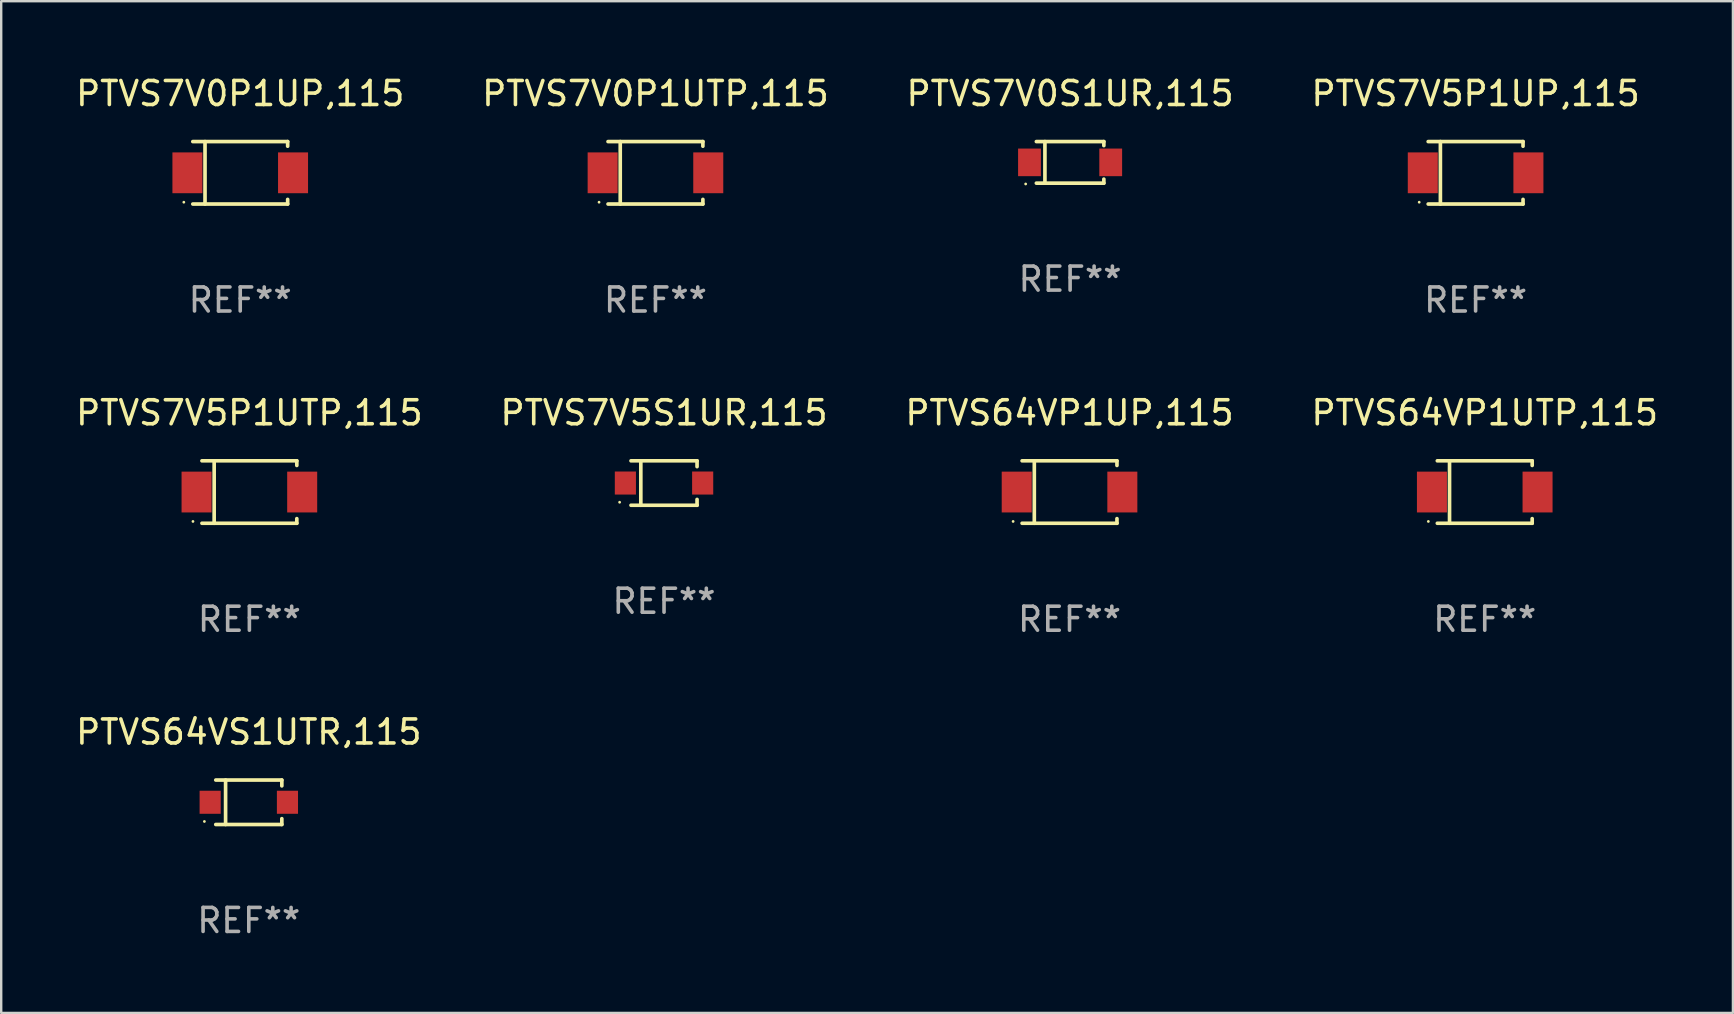
<source format=kicad_pcb>
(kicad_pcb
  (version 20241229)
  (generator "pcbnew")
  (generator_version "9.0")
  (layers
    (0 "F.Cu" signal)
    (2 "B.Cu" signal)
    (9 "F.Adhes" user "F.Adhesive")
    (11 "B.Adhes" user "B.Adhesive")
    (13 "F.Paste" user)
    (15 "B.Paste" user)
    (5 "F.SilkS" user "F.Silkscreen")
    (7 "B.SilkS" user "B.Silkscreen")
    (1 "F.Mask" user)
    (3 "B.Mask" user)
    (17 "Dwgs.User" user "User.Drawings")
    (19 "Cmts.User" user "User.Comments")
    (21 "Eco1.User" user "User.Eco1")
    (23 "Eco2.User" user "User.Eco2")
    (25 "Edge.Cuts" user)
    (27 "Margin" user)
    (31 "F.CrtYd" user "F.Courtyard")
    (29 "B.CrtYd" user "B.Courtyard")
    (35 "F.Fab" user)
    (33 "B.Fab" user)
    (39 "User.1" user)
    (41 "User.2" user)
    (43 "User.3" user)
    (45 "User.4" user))
  (footprint "PTVS7V0S1UR,115"
    (layer "F.Cu")
    (at 41.53 3.714)
    (property "Reference" "PTVS7V0S1UR,115" (at 0 -2.866 0) (layer "F.SilkS") (effects (font (size 1 1) (thickness 0.15))))
    (attr through_hole)
    (fp_line (start -1.406 -0.866) (end 1.406 -0.866) (stroke (width 0.152) (type solid)) (layer "F.SilkS"))
    (fp_line (start -1.406 0.866) (end 1.406 0.866) (stroke (width 0.152) (type solid)) (layer "F.SilkS"))
    (fp_line (start -1.049 -0.866) (end -1.049 0.866) (stroke (width 0.152) (type solid)) (layer "F.SilkS"))
    (fp_line (start 1.406 -0.866) (end 1.406 -0.698) (stroke (width 0.152) (type solid)) (layer "F.SilkS"))
    (fp_line (start 1.406 0.866) (end 1.406 0.698) (stroke (width 0.152) (type solid)) (layer "F.SilkS"))
    (fp_circle (center -1.851 0.9) (end -1.821 0.9) (stroke (width 0.06) (type solid)) (fill no) (layer "F.SilkS"))
    (fp_text user "REF**" (at 0 4.866 0) (layer "F.Fab") (effects (font (size 1 1) (thickness 0.15))))
    (pad "1" smd rect (at -1.692 0) (size 0.95 1.15) (layers "F.Cu" "F.Mask" "F.Paste"))
    (pad "2" smd rect (at 1.692 0) (size 0.95 1.15) (layers "F.Cu" "F.Mask" "F.Paste")))
  (footprint "PTVS7V5P1UP,115"
    (layer "F.Cu")
    (at 58.423 4.149)
    (property "Reference" "PTVS7V5P1UP,115" (at 0 -3.301 0) (layer "F.SilkS") (effects (font (size 1 1) (thickness 0.15))))
    (attr through_hole)
    (fp_line (start -1.976 -1.301) (end 1.976 -1.301) (stroke (width 0.152) (type solid)) (layer "F.SilkS"))
    (fp_line (start -1.976 1.301) (end 1.976 1.301) (stroke (width 0.152) (type solid)) (layer "F.SilkS"))
    (fp_line (start -1.467 -1.301) (end -1.467 1.301) (stroke (width 0.152) (type solid)) (layer "F.SilkS"))
    (fp_line (start 1.976 -1.301) (end 1.976 -1.108) (stroke (width 0.152) (type solid)) (layer "F.SilkS"))
    (fp_line (start 1.976 1.301) (end 1.976 1.108) (stroke (width 0.152) (type solid)) (layer "F.SilkS"))
    (fp_circle (center -2.35 1.225) (end -2.32 1.225) (stroke (width 0.06) (type solid)) (fill no) (layer "F.SilkS"))
    (fp_text user "REF**" (at 0 5.301 0) (layer "F.Fab") (effects (font (size 1 1) (thickness 0.15))))
    (pad "1" smd rect (at -2.2 0 180) (size 1.25 1.7) (layers "F.Cu" "F.Mask" "F.Paste"))
    (pad "2" smd rect (at 2.2 0 180) (size 1.25 1.7) (layers "F.Cu" "F.Mask" "F.Paste")))
  (footprint "PTVS64VP1UTP,115"
    (layer "F.Cu")
    (at 58.804 17.448)
    (property "Reference" "PTVS64VP1UTP,115" (at 0 -3.301 0) (layer "F.SilkS") (effects (font (size 1 1) (thickness 0.15))))
    (attr through_hole)
    (fp_line (start -1.976 -1.301) (end 1.976 -1.301) (stroke (width 0.152) (type solid)) (layer "F.SilkS"))
    (fp_line (start -1.976 1.301) (end 1.976 1.301) (stroke (width 0.152) (type solid)) (layer "F.SilkS"))
    (fp_line (start -1.467 -1.301) (end -1.467 1.301) (stroke (width 0.152) (type solid)) (layer "F.SilkS"))
    (fp_line (start 1.976 -1.301) (end 1.976 -1.108) (stroke (width 0.152) (type solid)) (layer "F.SilkS"))
    (fp_line (start 1.976 1.301) (end 1.976 1.108) (stroke (width 0.152) (type solid)) (layer "F.SilkS"))
    (fp_circle (center -2.35 1.225) (end -2.32 1.225) (stroke (width 0.06) (type solid)) (fill no) (layer "F.SilkS"))
    (fp_text user "REF**" (at 0 5.301 0) (layer "F.Fab") (effects (font (size 1 1) (thickness 0.15))))
    (pad "1" smd rect (at -2.2 0 180) (size 1.25 1.7) (layers "F.Cu" "F.Mask" "F.Paste"))
    (pad "2" smd rect (at 2.2 0 180) (size 1.25 1.7) (layers "F.Cu" "F.Mask" "F.Paste")))
  (footprint "PTVS7V0P1UTP,115"
    (layer "F.Cu")
    (at 24.256 4.149)
    (property "Reference" "PTVS7V0P1UTP,115" (at 0 -3.301 0) (layer "F.SilkS") (effects (font (size 1 1) (thickness 0.15))))
    (attr through_hole)
    (fp_line (start -1.976 -1.301) (end 1.976 -1.301) (stroke (width 0.152) (type solid)) (layer "F.SilkS"))
    (fp_line (start -1.976 1.301) (end 1.976 1.301) (stroke (width 0.152) (type solid)) (layer "F.SilkS"))
    (fp_line (start -1.467 -1.301) (end -1.467 1.301) (stroke (width 0.152) (type solid)) (layer "F.SilkS"))
    (fp_line (start 1.976 -1.301) (end 1.976 -1.108) (stroke (width 0.152) (type solid)) (layer "F.SilkS"))
    (fp_line (start 1.976 1.301) (end 1.976 1.108) (stroke (width 0.152) (type solid)) (layer "F.SilkS"))
    (fp_circle (center -2.35 1.225) (end -2.32 1.225) (stroke (width 0.06) (type solid)) (fill no) (layer "F.SilkS"))
    (fp_text user "REF**" (at 0 5.301 0) (layer "F.Fab") (effects (font (size 1 1) (thickness 0.15))))
    (pad "1" smd rect (at -2.2 0 180) (size 1.25 1.7) (layers "F.Cu" "F.Mask" "F.Paste"))
    (pad "2" smd rect (at 2.2 0 180) (size 1.25 1.7) (layers "F.Cu" "F.Mask" "F.Paste")))
  (footprint "PTVS7V5P1UTP,115"
    (layer "F.Cu")
    (at 7.339 17.448)
    (property "Reference" "PTVS7V5P1UTP,115" (at 0 -3.301 0) (layer "F.SilkS") (effects (font (size 1 1) (thickness 0.15))))
    (attr through_hole)
    (fp_line (start -1.976 -1.301) (end 1.976 -1.301) (stroke (width 0.152) (type solid)) (layer "F.SilkS"))
    (fp_line (start -1.976 1.301) (end 1.976 1.301) (stroke (width 0.152) (type solid)) (layer "F.SilkS"))
    (fp_line (start -1.467 -1.301) (end -1.467 1.301) (stroke (width 0.152) (type solid)) (layer "F.SilkS"))
    (fp_line (start 1.976 -1.301) (end 1.976 -1.108) (stroke (width 0.152) (type solid)) (layer "F.SilkS"))
    (fp_line (start 1.976 1.301) (end 1.976 1.108) (stroke (width 0.152) (type solid)) (layer "F.SilkS"))
    (fp_circle (center -2.35 1.225) (end -2.32 1.225) (stroke (width 0.06) (type solid)) (fill no) (layer "F.SilkS"))
    (fp_text user "REF**" (at 0 5.301 0) (layer "F.Fab") (effects (font (size 1 1) (thickness 0.15))))
    (pad "1" smd rect (at -2.2 0 180) (size 1.25 1.7) (layers "F.Cu" "F.Mask" "F.Paste"))
    (pad "2" smd rect (at 2.2 0 180) (size 1.25 1.7) (layers "F.Cu" "F.Mask" "F.Paste")))
  (footprint "PTVS64VS1UTR,115"
    (layer "F.Cu")
    (at 7.315 30.372)
    (property "Reference" "PTVS64VS1UTR,115" (at 0 -2.926 0) (layer "F.SilkS") (effects (font (size 1 1) (thickness 0.15))))
    (attr through_hole)
    (fp_line (start -1.376 -0.926) (end 1.376 -0.926) (stroke (width 0.152) (type solid)) (layer "F.SilkS"))
    (fp_line (start -1.376 0.926) (end 1.376 0.926) (stroke (width 0.152) (type solid)) (layer "F.SilkS"))
    (fp_line (start -0.967 -0.926) (end -0.967 0.926) (stroke (width 0.152) (type solid)) (layer "F.SilkS"))
    (fp_line (start 1.376 -0.926) (end 1.376 -0.683) (stroke (width 0.152) (type solid)) (layer "F.SilkS"))
    (fp_line (start 1.376 0.926) (end 1.376 0.683) (stroke (width 0.152) (type solid)) (layer "F.SilkS"))
    (fp_circle (center -1.85 0.8) (end -1.82 0.8) (stroke (width 0.06) (type solid)) (fill no) (layer "F.SilkS"))
    (fp_text user "REF**" (at 0 4.926 0) (layer "F.Fab") (effects (font (size 1 1) (thickness 0.15))))
    (pad "1" smd rect (at -1.61 0) (size 0.88 0.96) (layers "F.Cu" "F.Mask" "F.Paste"))
    (pad "2" smd rect (at 1.61 0) (size 0.88 0.96) (layers "F.Cu" "F.Mask" "F.Paste")))
  (footprint "PTVS7V5S1UR,115"
    (layer "F.Cu")
    (at 24.613 17.073)
    (property "Reference" "PTVS7V5S1UR,115" (at 0 -2.926 0) (layer "F.SilkS") (effects (font (size 1 1) (thickness 0.15))))
    (attr through_hole)
    (fp_line (start -1.376 -0.926) (end 1.376 -0.926) (stroke (width 0.152) (type solid)) (layer "F.SilkS"))
    (fp_line (start -1.376 0.926) (end 1.376 0.926) (stroke (width 0.152) (type solid)) (layer "F.SilkS"))
    (fp_line (start -0.967 -0.926) (end -0.967 0.926) (stroke (width 0.152) (type solid)) (layer "F.SilkS"))
    (fp_line (start 1.376 -0.926) (end 1.376 -0.683) (stroke (width 0.152) (type solid)) (layer "F.SilkS"))
    (fp_line (start 1.376 0.926) (end 1.376 0.683) (stroke (width 0.152) (type solid)) (layer "F.SilkS"))
    (fp_circle (center -1.85 0.8) (end -1.82 0.8) (stroke (width 0.06) (type solid)) (fill no) (layer "F.SilkS"))
    (fp_text user "REF**" (at 0 4.926 0) (layer "F.Fab") (effects (font (size 1 1) (thickness 0.15))))
    (pad "1" smd rect (at -1.61 0) (size 0.88 0.96) (layers "F.Cu" "F.Mask" "F.Paste"))
    (pad "2" smd rect (at 1.61 0) (size 0.88 0.96) (layers "F.Cu" "F.Mask" "F.Paste")))
  (footprint "PTVS7V0P1UP,115"
    (layer "F.Cu")
    (at 6.958 4.149)
    (property "Reference" "PTVS7V0P1UP,115" (at 0 -3.301 0) (layer "F.SilkS") (effects (font (size 1 1) (thickness 0.15))))
    (attr through_hole)
    (fp_line (start -1.976 -1.301) (end 1.976 -1.301) (stroke (width 0.152) (type solid)) (layer "F.SilkS"))
    (fp_line (start -1.976 1.301) (end 1.976 1.301) (stroke (width 0.152) (type solid)) (layer "F.SilkS"))
    (fp_line (start -1.467 -1.301) (end -1.467 1.301) (stroke (width 0.152) (type solid)) (layer "F.SilkS"))
    (fp_line (start 1.976 -1.301) (end 1.976 -1.108) (stroke (width 0.152) (type solid)) (layer "F.SilkS"))
    (fp_line (start 1.976 1.301) (end 1.976 1.108) (stroke (width 0.152) (type solid)) (layer "F.SilkS"))
    (fp_circle (center -2.35 1.225) (end -2.32 1.225) (stroke (width 0.06) (type solid)) (fill no) (layer "F.SilkS"))
    (fp_text user "REF**" (at 0 5.301 0) (layer "F.Fab") (effects (font (size 1 1) (thickness 0.15))))
    (pad "1" smd rect (at -2.2 0 180) (size 1.25 1.7) (layers "F.Cu" "F.Mask" "F.Paste"))
    (pad "2" smd rect (at 2.2 0 180) (size 1.25 1.7) (layers "F.Cu" "F.Mask" "F.Paste")))
  (footprint "PTVS64VP1UP,115"
    (layer "F.Cu")
    (at 41.506 17.448)
    (property "Reference" "PTVS64VP1UP,115" (at 0 -3.301 0) (layer "F.SilkS") (effects (font (size 1 1) (thickness 0.15))))
    (attr through_hole)
    (fp_line (start -1.976 -1.301) (end 1.976 -1.301) (stroke (width 0.152) (type solid)) (layer "F.SilkS"))
    (fp_line (start -1.976 1.301) (end 1.976 1.301) (stroke (width 0.152) (type solid)) (layer "F.SilkS"))
    (fp_line (start -1.467 -1.301) (end -1.467 1.301) (stroke (width 0.152) (type solid)) (layer "F.SilkS"))
    (fp_line (start 1.976 -1.301) (end 1.976 -1.108) (stroke (width 0.152) (type solid)) (layer "F.SilkS"))
    (fp_line (start 1.976 1.301) (end 1.976 1.108) (stroke (width 0.152) (type solid)) (layer "F.SilkS"))
    (fp_circle (center -2.35 1.225) (end -2.32 1.225) (stroke (width 0.06) (type solid)) (fill no) (layer "F.SilkS"))
    (fp_text user "REF**" (at 0 5.301 0) (layer "F.Fab") (effects (font (size 1 1) (thickness 0.15))))
    (pad "1" smd rect (at -2.2 0 180) (size 1.25 1.7) (layers "F.Cu" "F.Mask" "F.Paste"))
    (pad "2" smd rect (at 2.2 0 180) (size 1.25 1.7) (layers "F.Cu" "F.Mask" "F.Paste")))
  (gr_rect
    (start -3 -3)
    (end 69.143 39.147)
    (stroke (width 0.1) (type default))
    (fill no)
    (layer "Edge.Cuts")))
</source>
